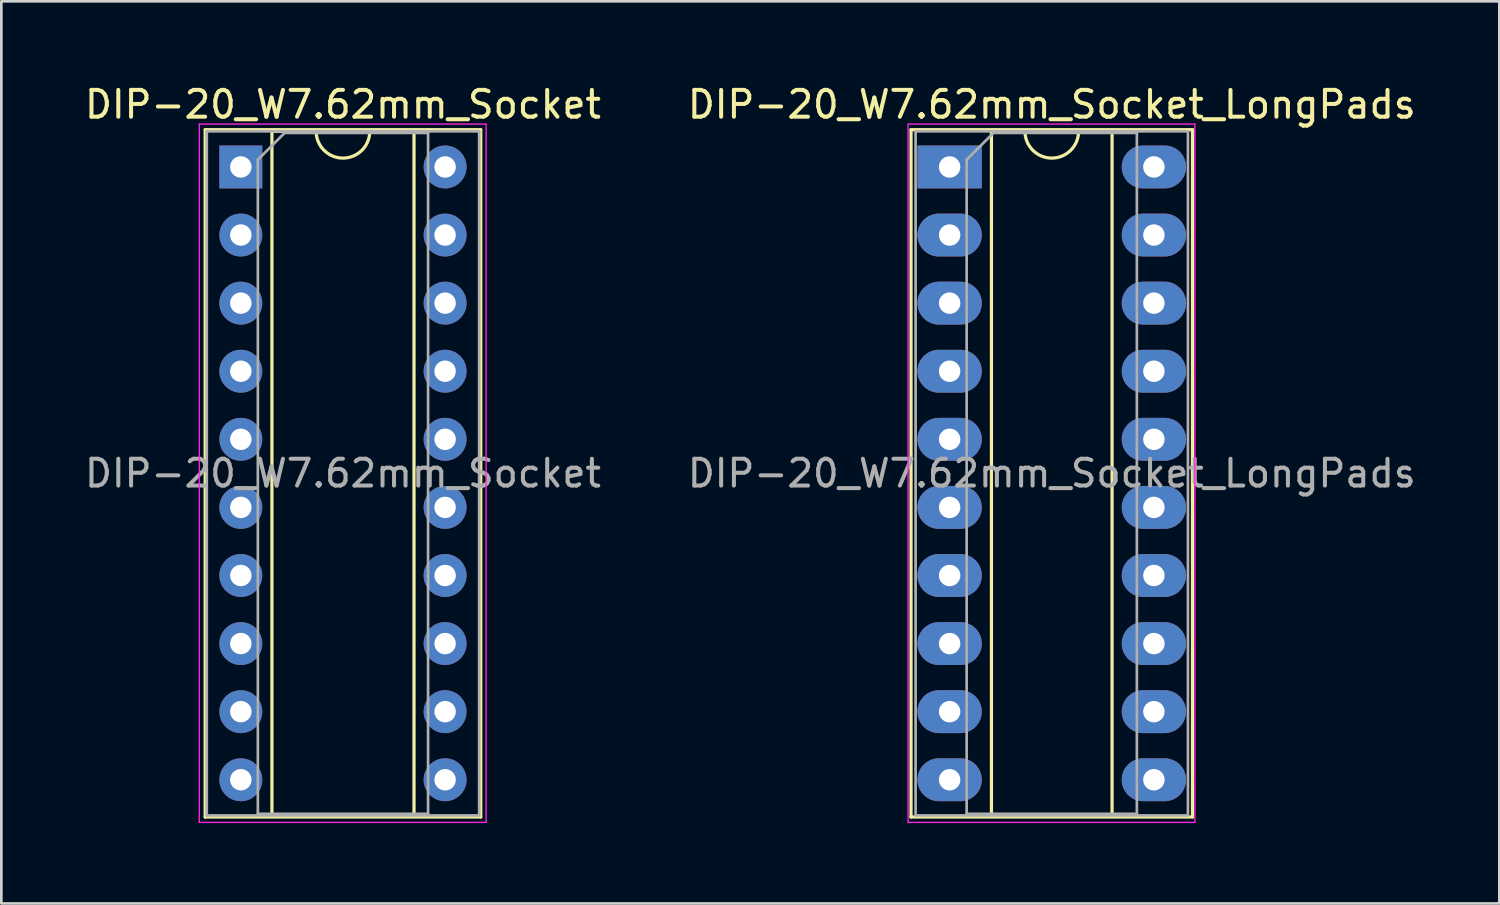
<source format=kicad_pcb>
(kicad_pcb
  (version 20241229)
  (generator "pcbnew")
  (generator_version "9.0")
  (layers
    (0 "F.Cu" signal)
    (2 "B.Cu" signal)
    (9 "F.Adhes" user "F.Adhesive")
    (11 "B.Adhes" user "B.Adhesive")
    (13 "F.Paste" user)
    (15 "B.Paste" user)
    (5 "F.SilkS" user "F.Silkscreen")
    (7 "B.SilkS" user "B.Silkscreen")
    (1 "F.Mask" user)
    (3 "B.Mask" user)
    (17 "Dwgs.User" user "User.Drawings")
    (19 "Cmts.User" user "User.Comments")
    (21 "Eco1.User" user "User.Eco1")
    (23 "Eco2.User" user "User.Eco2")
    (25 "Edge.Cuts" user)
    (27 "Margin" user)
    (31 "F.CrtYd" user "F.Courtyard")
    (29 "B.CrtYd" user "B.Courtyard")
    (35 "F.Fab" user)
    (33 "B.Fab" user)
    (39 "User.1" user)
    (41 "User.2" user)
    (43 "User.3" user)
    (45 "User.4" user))
  (footprint "DIP-20_W7.62mm_Socket_LongPads"
    (layer "F.Cu")
    (at 32.375 3.178)
    (property "Reference" "DIP-20_W7.62mm_Socket_LongPads" (at 3.81 -2.33 0) (layer "F.SilkS") (effects (font (size 1 1) (thickness 0.15))))
    (attr through_hole)
    (fp_line (start -1.44 -1.39) (end -1.44 24.25) (stroke (width 0.12) (type solid)) (layer "F.SilkS"))
    (fp_line (start -1.44 24.25) (end 9.06 24.25) (stroke (width 0.12) (type solid)) (layer "F.SilkS"))
    (fp_line (start 1.56 -1.33) (end 1.56 24.19) (stroke (width 0.12) (type solid)) (layer "F.SilkS"))
    (fp_line (start 1.56 24.19) (end 6.06 24.19) (stroke (width 0.12) (type solid)) (layer "F.SilkS"))
    (fp_line (start 2.81 -1.33) (end 1.56 -1.33) (stroke (width 0.12) (type solid)) (layer "F.SilkS"))
    (fp_line (start 6.06 -1.33) (end 4.81 -1.33) (stroke (width 0.12) (type solid)) (layer "F.SilkS"))
    (fp_line (start 6.06 24.19) (end 6.06 -1.33) (stroke (width 0.12) (type solid)) (layer "F.SilkS"))
    (fp_line (start 9.06 -1.39) (end -1.44 -1.39) (stroke (width 0.12) (type solid)) (layer "F.SilkS"))
    (fp_line (start 9.06 24.25) (end 9.06 -1.39) (stroke (width 0.12) (type solid)) (layer "F.SilkS"))
    (fp_arc (start 4.81 -1.33) (mid 3.81 -0.33) (end 2.81 -1.33) (stroke (width 0.12) (type solid)) (layer "F.SilkS"))
    (fp_line (start -1.55 -1.6) (end -1.55 24.45) (stroke (width 0.05) (type solid)) (layer "F.CrtYd"))
    (fp_line (start -1.55 24.45) (end 9.15 24.45) (stroke (width 0.05) (type solid)) (layer "F.CrtYd"))
    (fp_line (start 9.15 -1.6) (end -1.55 -1.6) (stroke (width 0.05) (type solid)) (layer "F.CrtYd"))
    (fp_line (start 9.15 24.45) (end 9.15 -1.6) (stroke (width 0.05) (type solid)) (layer "F.CrtYd"))
    (fp_line (start -1.27 -1.33) (end -1.27 24.19) (stroke (width 0.1) (type solid)) (layer "F.Fab"))
    (fp_line (start -1.27 24.19) (end 8.89 24.19) (stroke (width 0.1) (type solid)) (layer "F.Fab"))
    (fp_line (start 0.635 -0.27) (end 1.635 -1.27) (stroke (width 0.1) (type solid)) (layer "F.Fab"))
    (fp_line (start 0.635 24.13) (end 0.635 -0.27) (stroke (width 0.1) (type solid)) (layer "F.Fab"))
    (fp_line (start 1.635 -1.27) (end 6.985 -1.27) (stroke (width 0.1) (type solid)) (layer "F.Fab"))
    (fp_line (start 6.985 -1.27) (end 6.985 24.13) (stroke (width 0.1) (type solid)) (layer "F.Fab"))
    (fp_line (start 6.985 24.13) (end 0.635 24.13) (stroke (width 0.1) (type solid)) (layer "F.Fab"))
    (fp_line (start 8.89 -1.33) (end -1.27 -1.33) (stroke (width 0.1) (type solid)) (layer "F.Fab"))
    (fp_line (start 8.89 24.19) (end 8.89 -1.33) (stroke (width 0.1) (type solid)) (layer "F.Fab"))
    (fp_text user "${REFERENCE}" (at 3.81 11.43 0) (layer "F.Fab") (effects (font (size 1 1) (thickness 0.15))))
    (pad "1" thru_hole rect (at 0 0) (size 2.4 1.6) (drill 0.8) (layers "*.Cu" "*.Mask"))
    (pad "2" thru_hole oval (at 0 2.54) (size 2.4 1.6) (drill 0.8) (layers "*.Cu" "*.Mask"))
    (pad "3" thru_hole oval (at 0 5.08) (size 2.4 1.6) (drill 0.8) (layers "*.Cu" "*.Mask"))
    (pad "4" thru_hole oval (at 0 7.62) (size 2.4 1.6) (drill 0.8) (layers "*.Cu" "*.Mask"))
    (pad "5" thru_hole oval (at 0 10.16) (size 2.4 1.6) (drill 0.8) (layers "*.Cu" "*.Mask"))
    (pad "6" thru_hole oval (at 0 12.7) (size 2.4 1.6) (drill 0.8) (layers "*.Cu" "*.Mask"))
    (pad "7" thru_hole oval (at 0 15.24) (size 2.4 1.6) (drill 0.8) (layers "*.Cu" "*.Mask"))
    (pad "8" thru_hole oval (at 0 17.78) (size 2.4 1.6) (drill 0.8) (layers "*.Cu" "*.Mask"))
    (pad "9" thru_hole oval (at 0 20.32) (size 2.4 1.6) (drill 0.8) (layers "*.Cu" "*.Mask"))
    (pad "10" thru_hole oval (at 0 22.86) (size 2.4 1.6) (drill 0.8) (layers "*.Cu" "*.Mask"))
    (pad "11" thru_hole oval (at 7.62 22.86) (size 2.4 1.6) (drill 0.8) (layers "*.Cu" "*.Mask"))
    (pad "12" thru_hole oval (at 7.62 20.32) (size 2.4 1.6) (drill 0.8) (layers "*.Cu" "*.Mask"))
    (pad "13" thru_hole oval (at 7.62 17.78) (size 2.4 1.6) (drill 0.8) (layers "*.Cu" "*.Mask"))
    (pad "14" thru_hole oval (at 7.62 15.24) (size 2.4 1.6) (drill 0.8) (layers "*.Cu" "*.Mask"))
    (pad "15" thru_hole oval (at 7.62 12.7) (size 2.4 1.6) (drill 0.8) (layers "*.Cu" "*.Mask"))
    (pad "16" thru_hole oval (at 7.62 10.16) (size 2.4 1.6) (drill 0.8) (layers "*.Cu" "*.Mask"))
    (pad "17" thru_hole oval (at 7.62 7.62) (size 2.4 1.6) (drill 0.8) (layers "*.Cu" "*.Mask"))
    (pad "18" thru_hole oval (at 7.62 5.08) (size 2.4 1.6) (drill 0.8) (layers "*.Cu" "*.Mask"))
    (pad "19" thru_hole oval (at 7.62 2.54) (size 2.4 1.6) (drill 0.8) (layers "*.Cu" "*.Mask"))
    (pad "20" thru_hole oval (at 7.62 0) (size 2.4 1.6) (drill 0.8) (layers "*.Cu" "*.Mask")))
  (footprint "DIP-20_W7.62mm_Socket"
    (layer "F.Cu")
    (at 5.934 3.178)
    (property "Reference" "DIP-20_W7.62mm_Socket" (at 3.81 -2.33 0) (layer "F.SilkS") (effects (font (size 1 1) (thickness 0.15))))
    (attr through_hole)
    (fp_line (start -1.33 -1.39) (end -1.33 24.25) (stroke (width 0.12) (type solid)) (layer "F.SilkS"))
    (fp_line (start -1.33 24.25) (end 8.95 24.25) (stroke (width 0.12) (type solid)) (layer "F.SilkS"))
    (fp_line (start 1.16 -1.33) (end 1.16 24.19) (stroke (width 0.12) (type solid)) (layer "F.SilkS"))
    (fp_line (start 1.16 24.19) (end 6.46 24.19) (stroke (width 0.12) (type solid)) (layer "F.SilkS"))
    (fp_line (start 2.81 -1.33) (end 1.16 -1.33) (stroke (width 0.12) (type solid)) (layer "F.SilkS"))
    (fp_line (start 6.46 -1.33) (end 4.81 -1.33) (stroke (width 0.12) (type solid)) (layer "F.SilkS"))
    (fp_line (start 6.46 24.19) (end 6.46 -1.33) (stroke (width 0.12) (type solid)) (layer "F.SilkS"))
    (fp_line (start 8.95 -1.39) (end -1.33 -1.39) (stroke (width 0.12) (type solid)) (layer "F.SilkS"))
    (fp_line (start 8.95 24.25) (end 8.95 -1.39) (stroke (width 0.12) (type solid)) (layer "F.SilkS"))
    (fp_arc (start 4.81 -1.33) (mid 3.81 -0.33) (end 2.81 -1.33) (stroke (width 0.12) (type solid)) (layer "F.SilkS"))
    (fp_line (start -1.55 -1.6) (end -1.55 24.45) (stroke (width 0.05) (type solid)) (layer "F.CrtYd"))
    (fp_line (start -1.55 24.45) (end 9.15 24.45) (stroke (width 0.05) (type solid)) (layer "F.CrtYd"))
    (fp_line (start 9.15 -1.6) (end -1.55 -1.6) (stroke (width 0.05) (type solid)) (layer "F.CrtYd"))
    (fp_line (start 9.15 24.45) (end 9.15 -1.6) (stroke (width 0.05) (type solid)) (layer "F.CrtYd"))
    (fp_line (start -1.27 -1.33) (end -1.27 24.19) (stroke (width 0.1) (type solid)) (layer "F.Fab"))
    (fp_line (start -1.27 24.19) (end 8.89 24.19) (stroke (width 0.1) (type solid)) (layer "F.Fab"))
    (fp_line (start 0.635 -0.27) (end 1.635 -1.27) (stroke (width 0.1) (type solid)) (layer "F.Fab"))
    (fp_line (start 0.635 24.13) (end 0.635 -0.27) (stroke (width 0.1) (type solid)) (layer "F.Fab"))
    (fp_line (start 1.635 -1.27) (end 6.985 -1.27) (stroke (width 0.1) (type solid)) (layer "F.Fab"))
    (fp_line (start 6.985 -1.27) (end 6.985 24.13) (stroke (width 0.1) (type solid)) (layer "F.Fab"))
    (fp_line (start 6.985 24.13) (end 0.635 24.13) (stroke (width 0.1) (type solid)) (layer "F.Fab"))
    (fp_line (start 8.89 -1.33) (end -1.27 -1.33) (stroke (width 0.1) (type solid)) (layer "F.Fab"))
    (fp_line (start 8.89 24.19) (end 8.89 -1.33) (stroke (width 0.1) (type solid)) (layer "F.Fab"))
    (fp_text user "${REFERENCE}" (at 3.81 11.43 0) (layer "F.Fab") (effects (font (size 1 1) (thickness 0.15))))
    (pad "1" thru_hole rect (at 0 0) (size 1.6 1.6) (drill 0.8) (layers "*.Cu" "*.Mask"))
    (pad "2" thru_hole oval (at 0 2.54) (size 1.6 1.6) (drill 0.8) (layers "*.Cu" "*.Mask"))
    (pad "3" thru_hole oval (at 0 5.08) (size 1.6 1.6) (drill 0.8) (layers "*.Cu" "*.Mask"))
    (pad "4" thru_hole oval (at 0 7.62) (size 1.6 1.6) (drill 0.8) (layers "*.Cu" "*.Mask"))
    (pad "5" thru_hole oval (at 0 10.16) (size 1.6 1.6) (drill 0.8) (layers "*.Cu" "*.Mask"))
    (pad "6" thru_hole oval (at 0 12.7) (size 1.6 1.6) (drill 0.8) (layers "*.Cu" "*.Mask"))
    (pad "7" thru_hole oval (at 0 15.24) (size 1.6 1.6) (drill 0.8) (layers "*.Cu" "*.Mask"))
    (pad "8" thru_hole oval (at 0 17.78) (size 1.6 1.6) (drill 0.8) (layers "*.Cu" "*.Mask"))
    (pad "9" thru_hole oval (at 0 20.32) (size 1.6 1.6) (drill 0.8) (layers "*.Cu" "*.Mask"))
    (pad "10" thru_hole oval (at 0 22.86) (size 1.6 1.6) (drill 0.8) (layers "*.Cu" "*.Mask"))
    (pad "11" thru_hole oval (at 7.62 22.86) (size 1.6 1.6) (drill 0.8) (layers "*.Cu" "*.Mask"))
    (pad "12" thru_hole oval (at 7.62 20.32) (size 1.6 1.6) (drill 0.8) (layers "*.Cu" "*.Mask"))
    (pad "13" thru_hole oval (at 7.62 17.78) (size 1.6 1.6) (drill 0.8) (layers "*.Cu" "*.Mask"))
    (pad "14" thru_hole oval (at 7.62 15.24) (size 1.6 1.6) (drill 0.8) (layers "*.Cu" "*.Mask"))
    (pad "15" thru_hole oval (at 7.62 12.7) (size 1.6 1.6) (drill 0.8) (layers "*.Cu" "*.Mask"))
    (pad "16" thru_hole oval (at 7.62 10.16) (size 1.6 1.6) (drill 0.8) (layers "*.Cu" "*.Mask"))
    (pad "17" thru_hole oval (at 7.62 7.62) (size 1.6 1.6) (drill 0.8) (layers "*.Cu" "*.Mask"))
    (pad "18" thru_hole oval (at 7.62 5.08) (size 1.6 1.6) (drill 0.8) (layers "*.Cu" "*.Mask"))
    (pad "19" thru_hole oval (at 7.62 2.54) (size 1.6 1.6) (drill 0.8) (layers "*.Cu" "*.Mask"))
    (pad "20" thru_hole oval (at 7.62 0) (size 1.6 1.6) (drill 0.8) (layers "*.Cu" "*.Mask")))
  (gr_rect
    (start -3 -3)
    (end 52.881 30.653)
    (stroke (width 0.1) (type default))
    (fill no)
    (layer "Edge.Cuts")))
</source>
